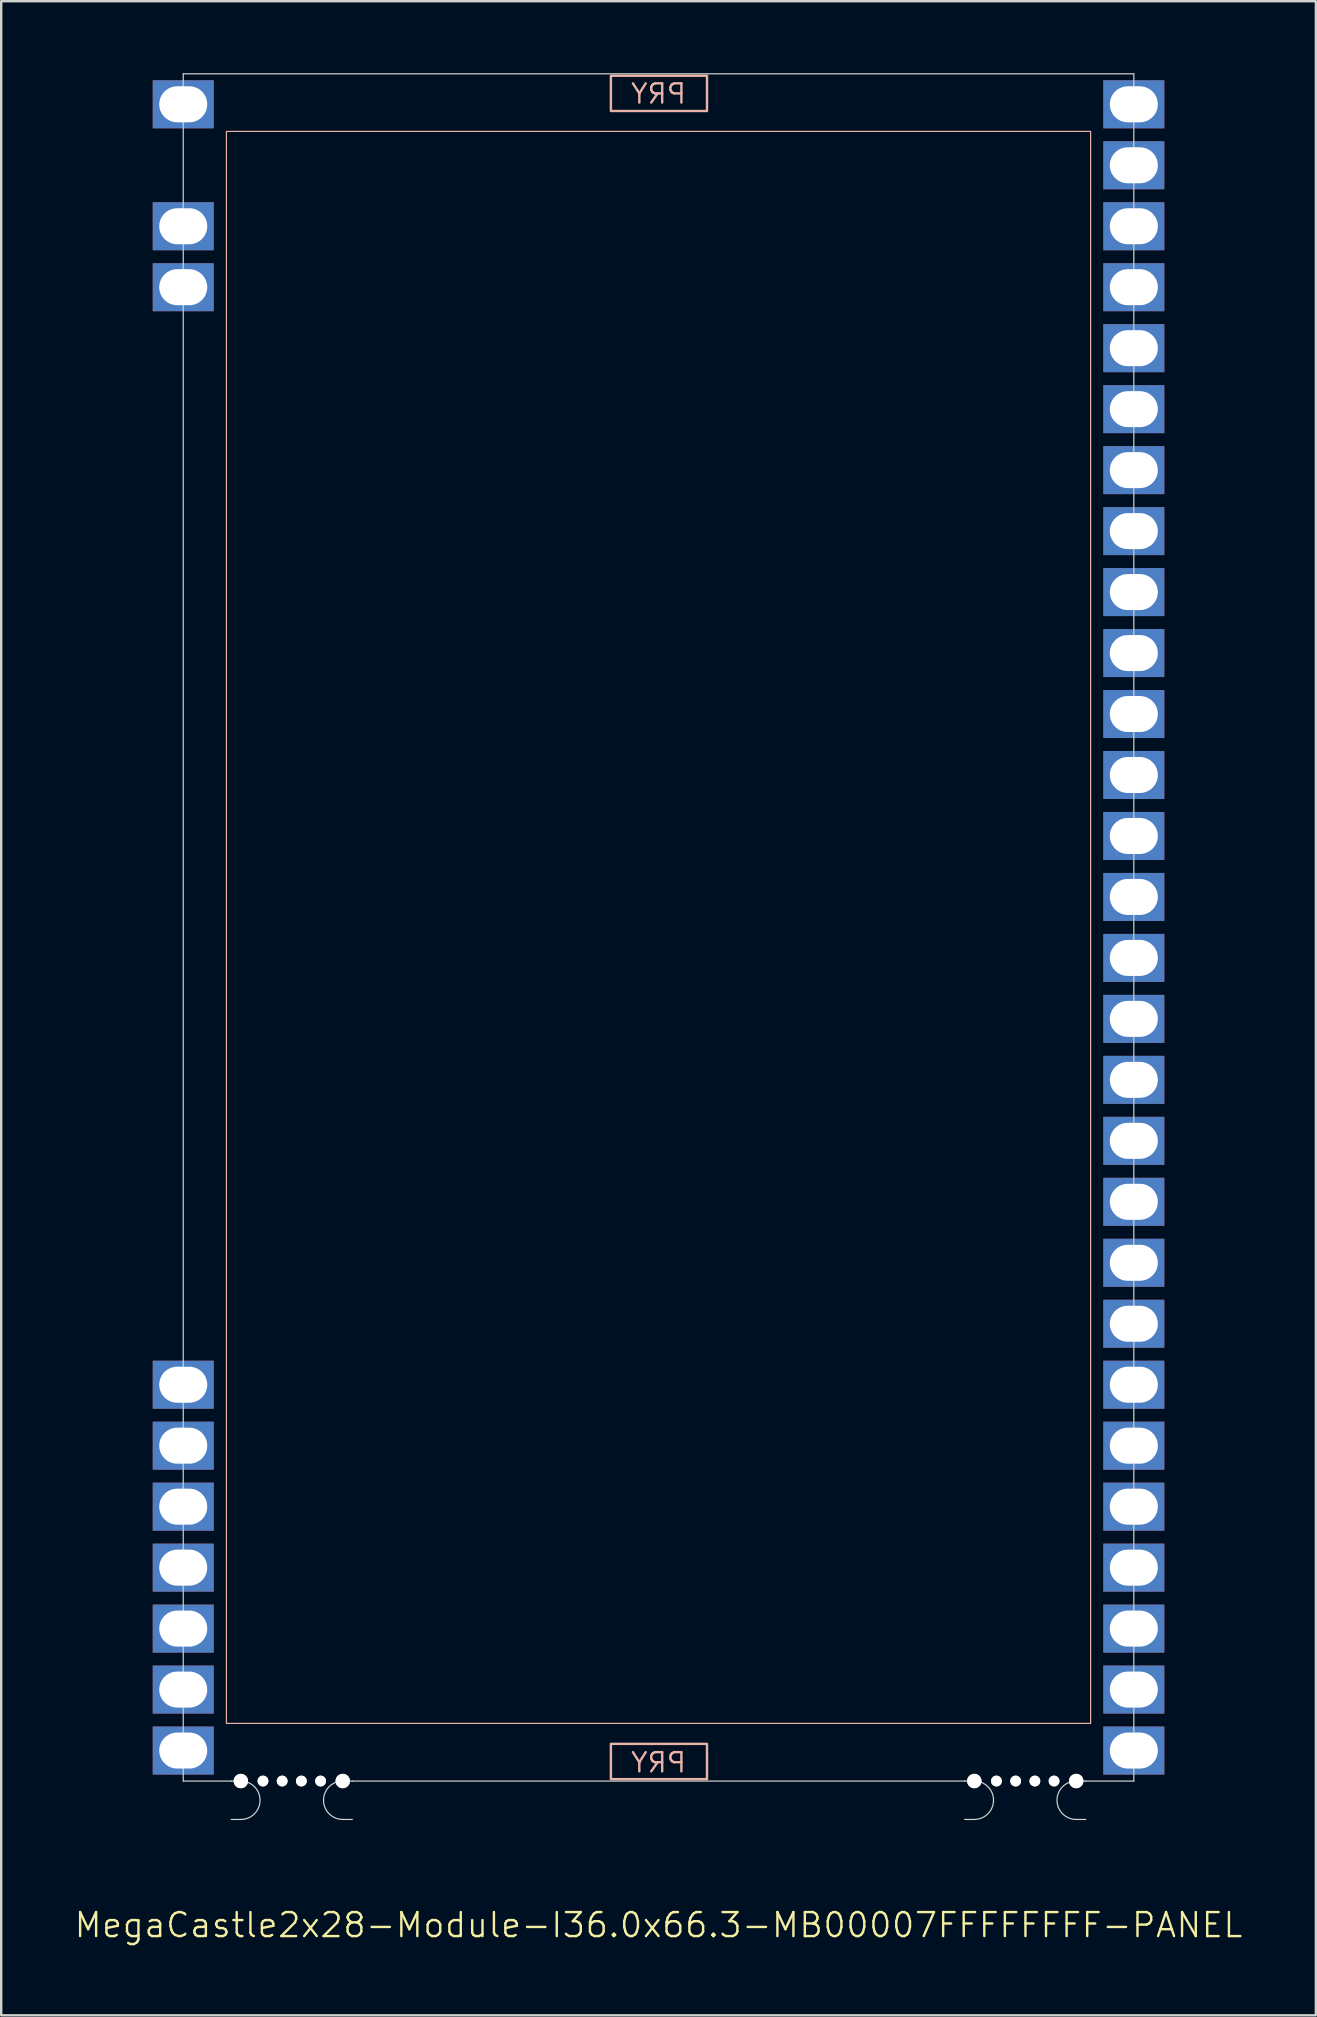
<source format=kicad_pcb>
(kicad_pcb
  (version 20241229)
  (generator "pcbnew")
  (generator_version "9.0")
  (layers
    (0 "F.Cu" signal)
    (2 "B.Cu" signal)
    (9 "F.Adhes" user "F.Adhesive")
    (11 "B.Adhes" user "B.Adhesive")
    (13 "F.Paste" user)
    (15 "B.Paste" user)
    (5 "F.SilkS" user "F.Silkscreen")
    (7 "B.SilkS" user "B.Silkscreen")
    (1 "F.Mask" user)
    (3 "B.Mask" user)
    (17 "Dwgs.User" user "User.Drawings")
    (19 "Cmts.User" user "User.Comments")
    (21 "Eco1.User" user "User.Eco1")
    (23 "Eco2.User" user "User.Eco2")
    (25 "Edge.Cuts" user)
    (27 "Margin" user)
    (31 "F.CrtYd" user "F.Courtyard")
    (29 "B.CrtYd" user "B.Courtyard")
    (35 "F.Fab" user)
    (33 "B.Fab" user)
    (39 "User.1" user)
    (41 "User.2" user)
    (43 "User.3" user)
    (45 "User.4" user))
  (footprint "MegaCastle2x28-Module-I36.0x66.3-MB00007FFFFFFFF-PANEL"
    (layer "F.Cu")
    (at 24.383 35.585)
    (property "Reference" "MegaCastle2x28-Module-I36.0x66.3-MB00007FFFFFFFF-PANEL" (at 0 41.56 0) (unlocked yes) (layer "F.SilkS") (effects (font (size 1 1) (thickness 0.1))))
    (attr smd)
    (fp_rect (start -18 33.16) (end 18 -33.16) (stroke (width 0.05) (type default)) (fill no) (layer "B.SilkS"))
    (fp_rect (start -1.984 -34.011) (end 2.02 -35.48) (stroke (width 0.1) (type default)) (fill no) (layer "B.SilkS"))
    (fp_rect (start -1.984 34.011) (end 2.02 35.48) (stroke (width 0.1) (type default)) (fill no) (layer "B.SilkS"))
    (fp_line (start -19.8 -35.56) (end -19.8 35.56) (stroke (width 0.05) (type default)) (layer "Edge.Cuts"))
    (fp_line (start -19.8 -35.56) (end 19.8 -35.56) (stroke (width 0.05) (type default)) (layer "Edge.Cuts"))
    (fp_line (start -19.8 35.56) (end -17.8 35.56) (stroke (width 0.05) (type default)) (layer "Edge.Cuts"))
    (fp_line (start -17.8 35.56) (end -17.4 35.56) (stroke (width 0.05) (type default)) (layer "Edge.Cuts"))
    (fp_line (start -17.8 37.16) (end -17.4 37.16) (stroke (width 0.05) (type default)) (layer "Edge.Cuts"))
    (fp_line (start -12.755 35.56) (end -13.155 35.56) (stroke (width 0.05) (type default)) (layer "Edge.Cuts"))
    (fp_line (start -12.755 35.56) (end 12.755 35.56) (stroke (width 0.05) (type default)) (layer "Edge.Cuts"))
    (fp_line (start -12.755 37.16) (end -13.155 37.16) (stroke (width 0.05) (type default)) (layer "Edge.Cuts"))
    (fp_line (start 12.755 35.56) (end 13.155 35.56) (stroke (width 0.05) (type default)) (layer "Edge.Cuts"))
    (fp_line (start 12.755 37.16) (end 13.155 37.16) (stroke (width 0.05) (type default)) (layer "Edge.Cuts"))
    (fp_line (start 17.8 35.56) (end 17.4 35.56) (stroke (width 0.05) (type default)) (layer "Edge.Cuts"))
    (fp_line (start 17.8 35.56) (end 19.8 35.56) (stroke (width 0.05) (type default)) (layer "Edge.Cuts"))
    (fp_line (start 17.8 37.16) (end 17.4 37.16) (stroke (width 0.05) (type default)) (layer "Edge.Cuts"))
    (fp_line (start 19.8 -35.56) (end 19.8 35.56) (stroke (width 0.05) (type default)) (layer "Edge.Cuts"))
    (fp_arc (start -17.4 35.560001) (mid -16.6 36.360001) (end -17.4 37.16) (stroke (width 0.05) (type default)) (layer "Edge.Cuts"))
    (fp_arc (start -13.155 37.16) (mid -13.954999 36.360001) (end -13.155 35.560001) (stroke (width 0.05) (type default)) (layer "Edge.Cuts"))
    (fp_arc (start 13.155001 35.560001) (mid 13.955 36.360001) (end 13.155001 37.16) (stroke (width 0.05) (type default)) (layer "Edge.Cuts"))
    (fp_arc (start 17.4 37.16) (mid 16.6 36.36) (end 17.4 35.560001) (stroke (width 0.05) (type default)) (layer "Edge.Cuts"))
    (fp_text user "PRY" (at 0 -34.26 0) (unlocked yes) (layer "B.SilkS") (effects (font (size 0.8 0.8) (thickness 0.1)) (justify bottom mirror)))
    (fp_text user "PRY" (at 0 35.26 0) (unlocked yes) (layer "B.SilkS") (effects (font (size 0.8 0.8) (thickness 0.1)) (justify bottom mirror)))
    (pad "" np_thru_hole circle (at -17.4 35.56) (size 0.6 0.6) (drill 0.6) (layers "*.Cu" "Edge.Cuts"))
    (pad "" np_thru_hole circle (at -16.478 35.56) (size 0.45 0.45) (drill 0.45) (layers "*.Cu" "Edge.Cuts"))
    (pad "" np_thru_hole circle (at -15.678 35.56) (size 0.45 0.45) (drill 0.45) (layers "*.Cu" "Edge.Cuts"))
    (pad "" np_thru_hole circle (at -14.878 35.56) (size 0.45 0.45) (drill 0.45) (layers "*.Cu" "Edge.Cuts"))
    (pad "" np_thru_hole circle (at -14.078 35.56) (size 0.45 0.45) (drill 0.45) (layers "*.Cu" "Edge.Cuts"))
    (pad "" np_thru_hole circle (at -13.155 35.56) (size 0.6 0.6) (drill 0.6) (layers "*.Cu" "Edge.Cuts"))
    (pad "" np_thru_hole circle (at 13.155 35.56) (size 0.6 0.6) (drill 0.6) (layers "*.Cu" "Edge.Cuts"))
    (pad "" np_thru_hole circle (at 14.078 35.56) (size 0.45 0.45) (drill 0.45) (layers "*.Cu" "Edge.Cuts"))
    (pad "" np_thru_hole circle (at 14.878 35.56) (size 0.45 0.45) (drill 0.45) (layers "*.Cu" "Edge.Cuts"))
    (pad "" np_thru_hole circle (at 15.678 35.56) (size 0.45 0.45) (drill 0.45) (layers "*.Cu" "Edge.Cuts"))
    (pad "" np_thru_hole circle (at 16.478 35.56) (size 0.45 0.45) (drill 0.45) (layers "*.Cu" "Edge.Cuts"))
    (pad "" np_thru_hole circle (at 17.4 35.56) (size 0.6 0.6) (drill 0.6) (layers "*.Cu" "Edge.Cuts"))
    (pad "1" thru_hole rect (at -19.8 -34.29) (size 2.54 2) (drill oval 2 1.5) (property pad_prop_castellated) (layers "*.Cu" "*.Mask"))
    (pad "3" thru_hole rect (at -19.8 -29.21) (size 2.54 2) (drill oval 2 1.5) (property pad_prop_castellated) (layers "*.Cu" "*.Mask"))
    (pad "4" thru_hole rect (at -19.8 -26.67) (size 2.54 2) (drill oval 2 1.5) (property pad_prop_castellated) (layers "*.Cu" "*.Mask"))
    (pad "22" thru_hole rect (at -19.8 19.05) (size 2.54 2) (drill oval 2 1.5) (property pad_prop_castellated) (layers "*.Cu" "*.Mask"))
    (pad "23" thru_hole rect (at -19.8 21.59) (size 2.54 2) (drill oval 2 1.5) (property pad_prop_castellated) (layers "*.Cu" "*.Mask"))
    (pad "24" thru_hole rect (at -19.8 24.13) (size 2.54 2) (drill oval 2 1.5) (property pad_prop_castellated) (layers "*.Cu" "*.Mask"))
    (pad "25" thru_hole rect (at -19.8 26.67) (size 2.54 2) (drill oval 2 1.5) (property pad_prop_castellated) (layers "*.Cu" "*.Mask"))
    (pad "26" thru_hole rect (at -19.8 29.21) (size 2.54 2) (drill oval 2 1.5) (property pad_prop_castellated) (layers "*.Cu" "*.Mask"))
    (pad "27" thru_hole rect (at -19.8 31.75) (size 2.54 2) (drill oval 2 1.5) (property pad_prop_castellated) (layers "*.Cu" "*.Mask"))
    (pad "28" thru_hole rect (at -19.8 34.29) (size 2.54 2) (drill oval 2 1.5) (property pad_prop_castellated) (layers "*.Cu" "*.Mask"))
    (pad "29" thru_hole rect (at 19.8 -34.29) (size 2.54 2) (drill oval 2 1.5) (property pad_prop_castellated) (layers "*.Cu" "*.Mask"))
    (pad "30" thru_hole rect (at 19.8 -31.75) (size 2.54 2) (drill oval 2 1.5) (property pad_prop_castellated) (layers "*.Cu" "*.Mask"))
    (pad "31" thru_hole rect (at 19.8 -29.21) (size 2.54 2) (drill oval 2 1.5) (property pad_prop_castellated) (layers "*.Cu" "*.Mask"))
    (pad "32" thru_hole rect (at 19.8 -26.67) (size 2.54 2) (drill oval 2 1.5) (property pad_prop_castellated) (layers "*.Cu" "*.Mask"))
    (pad "33" thru_hole rect (at 19.8 -24.13) (size 2.54 2) (drill oval 2 1.5) (property pad_prop_castellated) (layers "*.Cu" "*.Mask"))
    (pad "34" thru_hole rect (at 19.8 -21.59) (size 2.54 2) (drill oval 2 1.5) (property pad_prop_castellated) (layers "*.Cu" "*.Mask"))
    (pad "35" thru_hole rect (at 19.8 -19.05) (size 2.54 2) (drill oval 2 1.5) (property pad_prop_castellated) (layers "*.Cu" "*.Mask"))
    (pad "36" thru_hole rect (at 19.8 -16.51) (size 2.54 2) (drill oval 2 1.5) (property pad_prop_castellated) (layers "*.Cu" "*.Mask"))
    (pad "37" thru_hole rect (at 19.8 -13.97) (size 2.54 2) (drill oval 2 1.5) (property pad_prop_castellated) (layers "*.Cu" "*.Mask"))
    (pad "38" thru_hole rect (at 19.8 -11.43) (size 2.54 2) (drill oval 2 1.5) (property pad_prop_castellated) (layers "*.Cu" "*.Mask"))
    (pad "39" thru_hole rect (at 19.8 -8.89) (size 2.54 2) (drill oval 2 1.5) (property pad_prop_castellated) (layers "*.Cu" "*.Mask"))
    (pad "40" thru_hole rect (at 19.8 -6.35) (size 2.54 2) (drill oval 2 1.5) (property pad_prop_castellated) (layers "*.Cu" "*.Mask"))
    (pad "41" thru_hole rect (at 19.8 -3.81) (size 2.54 2) (drill oval 2 1.5) (property pad_prop_castellated) (layers "*.Cu" "*.Mask"))
    (pad "42" thru_hole rect (at 19.8 -1.27) (size 2.54 2) (drill oval 2 1.5) (property pad_prop_castellated) (layers "*.Cu" "*.Mask"))
    (pad "43" thru_hole rect (at 19.8 1.27) (size 2.54 2) (drill oval 2 1.5) (property pad_prop_castellated) (layers "*.Cu" "*.Mask"))
    (pad "44" thru_hole rect (at 19.8 3.81) (size 2.54 2) (drill oval 2 1.5) (property pad_prop_castellated) (layers "*.Cu" "*.Mask"))
    (pad "45" thru_hole rect (at 19.8 6.35) (size 2.54 2) (drill oval 2 1.5) (property pad_prop_castellated) (layers "*.Cu" "*.Mask"))
    (pad "46" thru_hole rect (at 19.8 8.89) (size 2.54 2) (drill oval 2 1.5) (property pad_prop_castellated) (layers "*.Cu" "*.Mask"))
    (pad "47" thru_hole rect (at 19.8 11.43) (size 2.54 2) (drill oval 2 1.5) (property pad_prop_castellated) (layers "*.Cu" "*.Mask"))
    (pad "48" thru_hole rect (at 19.8 13.97) (size 2.54 2) (drill oval 2 1.5) (property pad_prop_castellated) (layers "*.Cu" "*.Mask"))
    (pad "49" thru_hole rect (at 19.8 16.51) (size 2.54 2) (drill oval 2 1.5) (property pad_prop_castellated) (layers "*.Cu" "*.Mask"))
    (pad "50" thru_hole rect (at 19.8 19.05) (size 2.54 2) (drill oval 2 1.5) (property pad_prop_castellated) (layers "*.Cu" "*.Mask"))
    (pad "51" thru_hole rect (at 19.8 21.59) (size 2.54 2) (drill oval 2 1.5) (property pad_prop_castellated) (layers "*.Cu" "*.Mask"))
    (pad "52" thru_hole rect (at 19.8 24.13) (size 2.54 2) (drill oval 2 1.5) (property pad_prop_castellated) (layers "*.Cu" "*.Mask"))
    (pad "53" thru_hole rect (at 19.8 26.67) (size 2.54 2) (drill oval 2 1.5) (property pad_prop_castellated) (layers "*.Cu" "*.Mask"))
    (pad "54" thru_hole rect (at 19.8 29.21) (size 2.54 2) (drill oval 2 1.5) (property pad_prop_castellated) (layers "*.Cu" "*.Mask"))
    (pad "55" thru_hole rect (at 19.8 31.75) (size 2.54 2) (drill oval 2 1.5) (property pad_prop_castellated) (layers "*.Cu" "*.Mask"))
    (pad "56" thru_hole rect (at 19.8 34.29) (size 2.54 2) (drill oval 2 1.5) (property pad_prop_castellated) (layers "*.Cu" "*.Mask"))
    (zone (net_name "") (layer "B.Cu") (hatch edge 0.5) (connect_pads) (min_thickness 0.25) (filled_areas_thickness no) (keepout (tracks allowed) (vias allowed) (pads allowed) (copperpour allowed) (footprints not_allowed)) (placement (enabled no)) (fill) (polygon (pts (xy 4.583 71.145) (xy 4.583 0.025) (xy 6.383 0.025) (xy 6.383 71.145))))
    (zone (net_name "") (layer "B.Cu") (hatch edge 0.5) (connect_pads) (min_thickness 0.25) (filled_areas_thickness no) (keepout (tracks allowed) (vias allowed) (pads allowed) (copperpour allowed) (footprints not_allowed)) (placement (enabled no)) (fill) (polygon (pts (xy 6.383 0.025) (xy 6.383 2.425) (xy 42.383 2.425) (xy 42.383 0.025))))
    (zone (net_name "") (layer "B.Cu") (hatch edge 0.5) (connect_pads) (min_thickness 0.25) (filled_areas_thickness no) (keepout (tracks allowed) (vias allowed) (pads allowed) (copperpour allowed) (footprints not_allowed)) (placement (enabled no)) (fill) (polygon (pts (xy 6.383 71.145) (xy 6.383 68.745) (xy 42.383 68.745) (xy 42.383 71.145))))
    (zone (net_name "") (layer "B.Cu") (name "Upper Pry Zone") (hatch edge 0.5) (connect_pads) (min_thickness 0.25) (filled_areas_thickness no) (keepout (tracks not_allowed) (vias not_allowed) (pads not_allowed) (copperpour allowed) (footprints not_allowed)) (placement (enabled no)) (fill) (polygon (pts (xy 22.399 1.574) (xy 22.399 0.105) (xy 26.403 0.105) (xy 26.403 1.574))))
    (zone (net_name "") (layer "B.Cu") (name "Upper Pry Zone") (hatch edge 0.5) (connect_pads) (min_thickness 0.25) (filled_areas_thickness no) (keepout (tracks not_allowed) (vias not_allowed) (pads not_allowed) (copperpour allowed) (footprints not_allowed)) (placement (enabled no)) (fill) (polygon (pts (xy 22.399 69.596) (xy 22.399 71.065) (xy 26.403 71.065) (xy 26.403 69.596))))
    (zone (net_name "") (layer "B.Cu") (hatch edge 0.5) (connect_pads) (min_thickness 0.25) (filled_areas_thickness no) (keepout (tracks allowed) (vias allowed) (pads allowed) (copperpour allowed) (footprints not_allowed)) (placement (enabled no)) (fill) (polygon (pts (xy 44.183 71.145) (xy 44.183 0.025) (xy 42.383 0.025) (xy 42.383 71.145)))))
  (gr_rect
    (start -3 -3)
    (end 51.767 80.906)
    (stroke (width 0.1) (type default))
    (fill no)
    (layer "Edge.Cuts")))
</source>
